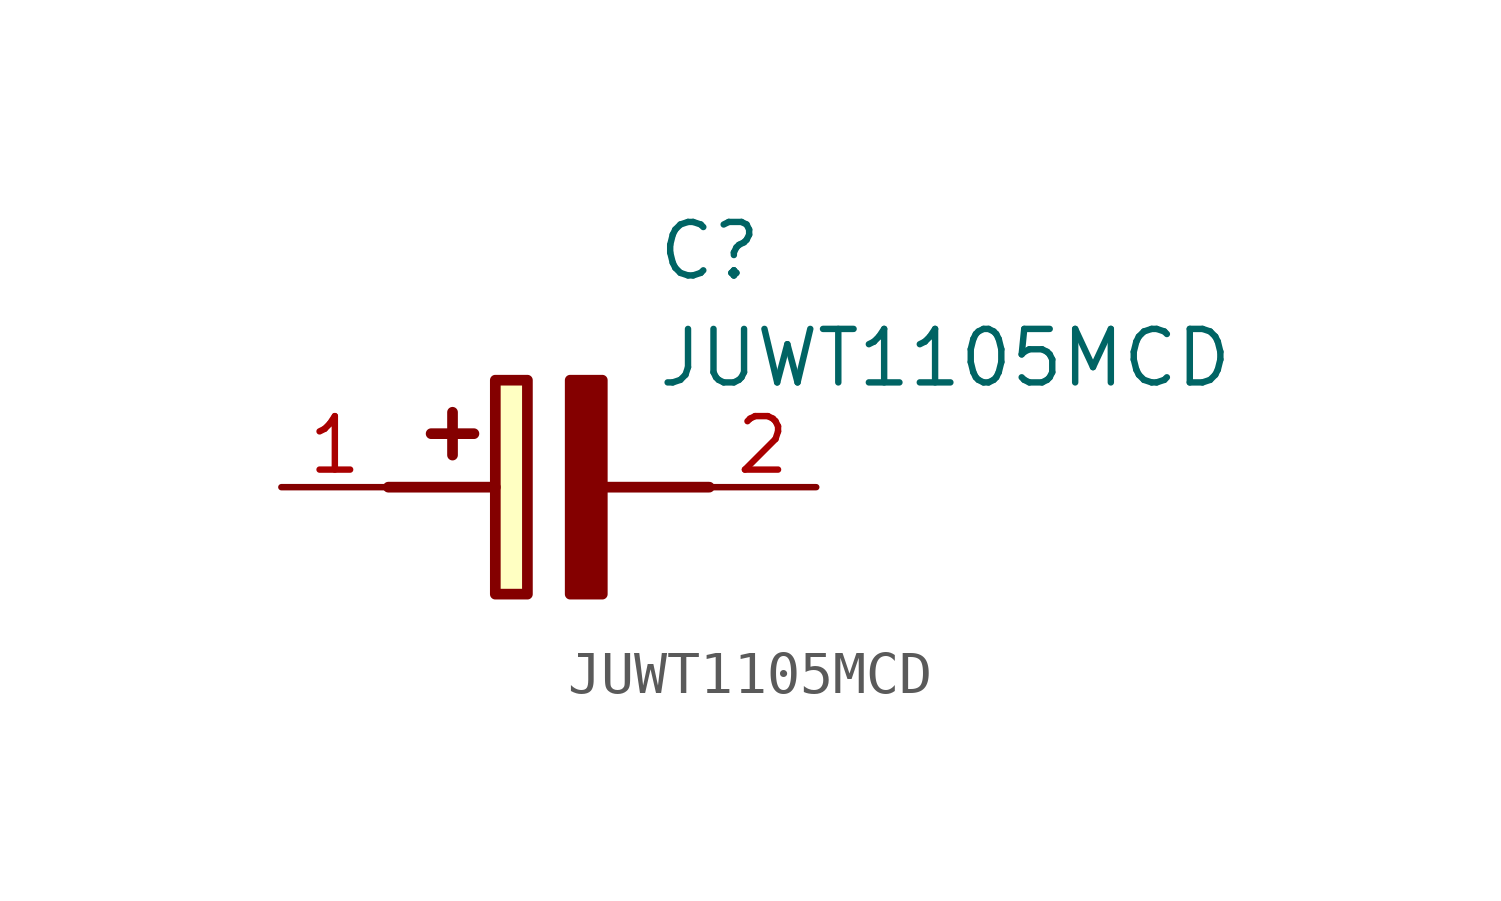
<source format=kicad_sym>
(kicad_symbol_lib
  (version 20211014)
  (generator SamacSys_ECAD_Model)
  (symbol "JUWT1105MCD"
    (pin_names hide)
    (property "Reference" "C"
      (at 8.89 6.35 0)
      (effects (font (size 1.27 1.27)) (justify left top)))
    (property "Value" "JUWT1105MCD"
      (at 8.89 3.81 0)
      (effects (font (size 1.27 1.27)) (justify left top)))
    (rectangle
      (start 5.08 2.54)
      (end 5.842 -2.54)
      (stroke (width 0.254) (type default))
      (fill (type background)))
    (polyline
      (pts (xy 4.572 1.27) (xy 3.556 1.27))
      (stroke (width 0.254) (type default))
      (fill (type none)))
    (polyline
      (pts (xy 4.064 1.778) (xy 4.064 0.762))
      (stroke (width 0.254) (type default))
      (fill (type none)))
    (polyline
      (pts (xy 2.54 0) (xy 5.08 0))
      (stroke (width 0.254) (type default))
      (fill (type none)))
    (polyline
      (pts (xy 7.62 0) (xy 10.16 0))
      (stroke (width 0.254) (type default))
      (fill (type none)))
    (polyline
      (pts (xy 7.62 2.54) (xy 7.62 -2.54) (xy 6.858 -2.54) (xy 6.858 2.54) (xy 7.62 2.54))
      (stroke (width 0.254) (type default))
      (fill (type outline)))
    (pin passive line
      (at 0 0 0)
      (length 2.54)
      (name "+" (effects (font (size 1.27 1.27))))
      (number "1" (effects (font (size 1.27 1.27)))))
    (pin passive line
      (at 12.7 0 180)
      (length 2.54)
      (name "-" (effects (font (size 1.27 1.27))))
      (number "2" (effects (font (size 1.27 1.27)))))))
</source>
